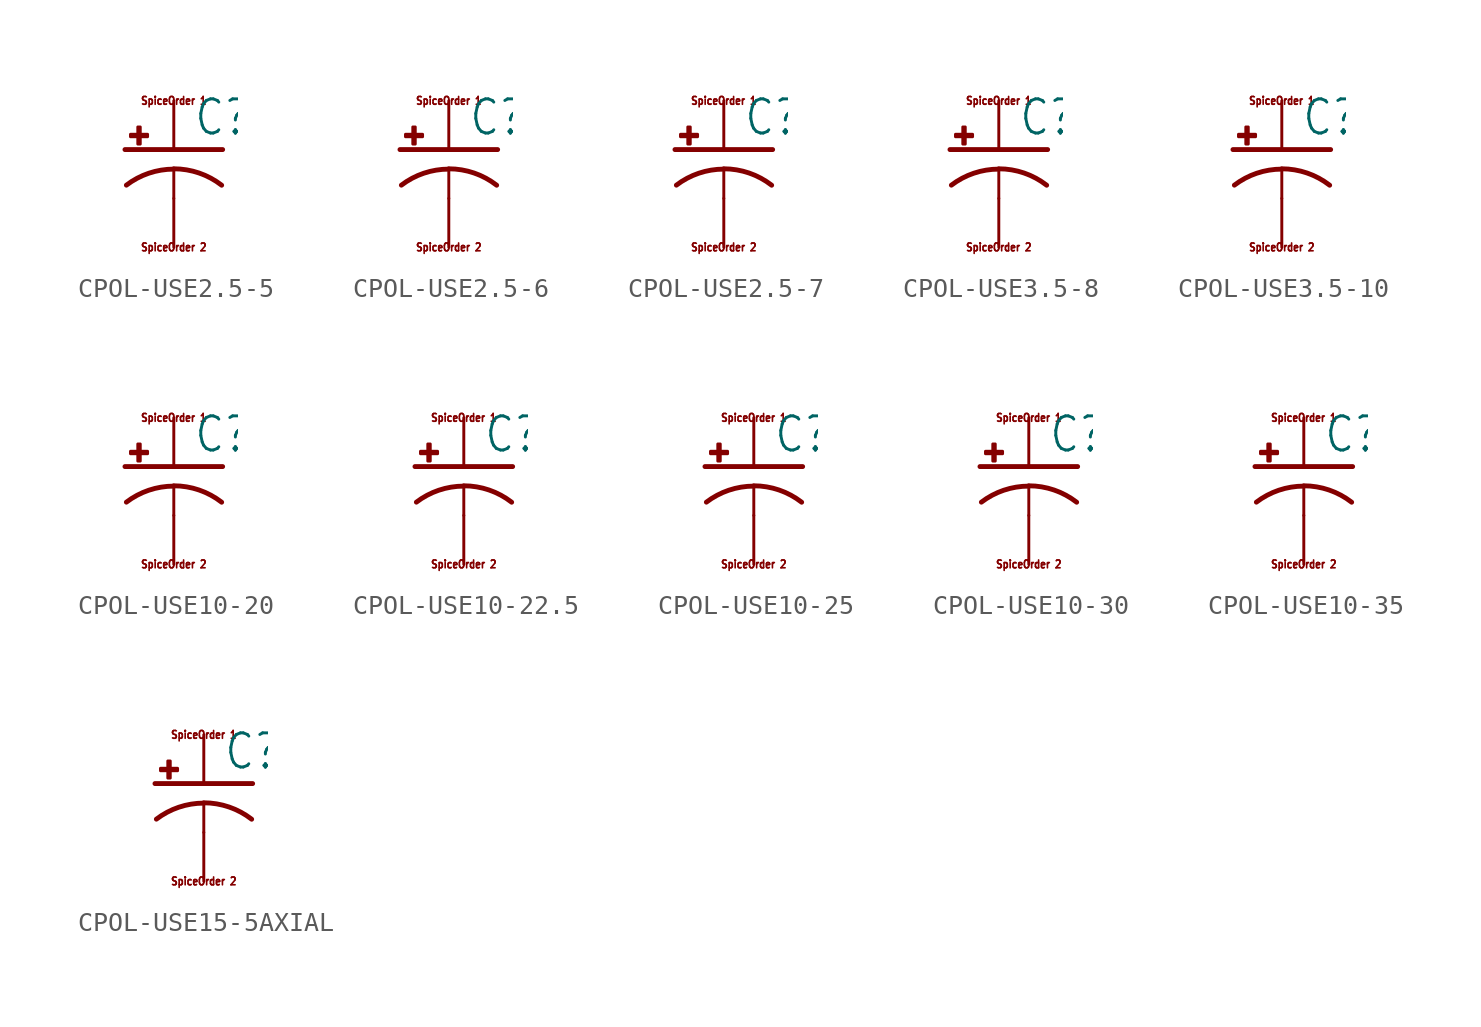
<source format=kicad_sym>
(kicad_symbol_lib
  (version 20231120)
  (generator "kicad_symbol_editor")
  (generator_version "8.0")
  (symbol "CPOL-USE2.5-5"
    (property "Reference" "C"
      (at 1.016 0.635 0)
      (effects (font (size 1.778 1.511)) (justify left bottom)))
    (property "Value" ""
      (at 1.016 -4.191 0)
      (effects (font (size 1.778 1.511)) (justify left bottom)))
    (property "ki_locked" ""
      (at 0 0 0)
      (effects (font (size 1.27 1.27))))
    (symbol "CPOL-USE2.5-5_1_0"
      (rectangle (start -2.253 0.668) (end -1.364 0.795) (stroke (width 0) (type default)) (fill (type outline)))
      (rectangle (start -1.872 0.287) (end -1.745 1.176) (stroke (width 0) (type default)) (fill (type outline)))
      (arc (start 0 -1.0161) (mid -1.3021 -1.2303) (end -2.4669 -1.8504) (stroke (width 0.254) (type solid)) (fill (type none)))
      (polyline (pts (xy -2.54 0) (xy 2.54 0)) (stroke (width 0.254) (type solid)) (fill (type none)))
      (polyline (pts (xy 0 -1.016) (xy 0 -2.54)) (stroke (width 0.152) (type solid)) (fill (type none)))
      (arc (start 2.4892 -1.8541) (mid 1.3158 -1.2194) (end 0 -1) (stroke (width 0.254) (type solid)) (fill (type none)))
      (text "SpiceOrder 1" (at 0 2.54 0) (effects (font (size 0.406 0.345))))
      (text "SpiceOrder 2" (at 0 -5.08 0) (effects (font (size 0.406 0.345))))
      (pin passive line (at 0 2.54 270) (length 2.54) (name "+" (effects (font (size 0 0)))) (number "+" (effects (font (size 0 0)))))
      (pin passive line (at 0 -5.08 90) (length 2.54) (name "-" (effects (font (size 0 0)))) (number "-" (effects (font (size 0 0)))))))
  (symbol "CPOL-USE2.5-6"
    (property "Reference" "C"
      (at 1.016 0.635 0)
      (effects (font (size 1.778 1.511)) (justify left bottom)))
    (property "Value" ""
      (at 1.016 -4.191 0)
      (effects (font (size 1.778 1.511)) (justify left bottom)))
    (property "ki_locked" ""
      (at 0 0 0)
      (effects (font (size 1.27 1.27))))
    (symbol "CPOL-USE2.5-6_1_0"
      (rectangle (start -2.253 0.668) (end -1.364 0.795) (stroke (width 0) (type default)) (fill (type outline)))
      (rectangle (start -1.872 0.287) (end -1.745 1.176) (stroke (width 0) (type default)) (fill (type outline)))
      (arc (start 0 -1.0161) (mid -1.3021 -1.2303) (end -2.4669 -1.8504) (stroke (width 0.254) (type solid)) (fill (type none)))
      (polyline (pts (xy -2.54 0) (xy 2.54 0)) (stroke (width 0.254) (type solid)) (fill (type none)))
      (polyline (pts (xy 0 -1.016) (xy 0 -2.54)) (stroke (width 0.152) (type solid)) (fill (type none)))
      (arc (start 2.4892 -1.8541) (mid 1.3158 -1.2194) (end 0 -1) (stroke (width 0.254) (type solid)) (fill (type none)))
      (text "SpiceOrder 1" (at 0 2.54 0) (effects (font (size 0.406 0.345))))
      (text "SpiceOrder 2" (at 0 -5.08 0) (effects (font (size 0.406 0.345))))
      (pin passive line (at 0 2.54 270) (length 2.54) (name "+" (effects (font (size 0 0)))) (number "+" (effects (font (size 0 0)))))
      (pin passive line (at 0 -5.08 90) (length 2.54) (name "-" (effects (font (size 0 0)))) (number "-" (effects (font (size 0 0)))))))
  (symbol "CPOL-USE2.5-7"
    (property "Reference" "C"
      (at 1.016 0.635 0)
      (effects (font (size 1.778 1.511)) (justify left bottom)))
    (property "Value" ""
      (at 1.016 -4.191 0)
      (effects (font (size 1.778 1.511)) (justify left bottom)))
    (property "ki_locked" ""
      (at 0 0 0)
      (effects (font (size 1.27 1.27))))
    (symbol "CPOL-USE2.5-7_1_0"
      (rectangle (start -2.253 0.668) (end -1.364 0.795) (stroke (width 0) (type default)) (fill (type outline)))
      (rectangle (start -1.872 0.287) (end -1.745 1.176) (stroke (width 0) (type default)) (fill (type outline)))
      (arc (start 0 -1.0161) (mid -1.3021 -1.2303) (end -2.4669 -1.8504) (stroke (width 0.254) (type solid)) (fill (type none)))
      (polyline (pts (xy -2.54 0) (xy 2.54 0)) (stroke (width 0.254) (type solid)) (fill (type none)))
      (polyline (pts (xy 0 -1.016) (xy 0 -2.54)) (stroke (width 0.152) (type solid)) (fill (type none)))
      (arc (start 2.4892 -1.8541) (mid 1.3158 -1.2194) (end 0 -1) (stroke (width 0.254) (type solid)) (fill (type none)))
      (text "SpiceOrder 1" (at 0 2.54 0) (effects (font (size 0.406 0.345))))
      (text "SpiceOrder 2" (at 0 -5.08 0) (effects (font (size 0.406 0.345))))
      (pin passive line (at 0 2.54 270) (length 2.54) (name "+" (effects (font (size 0 0)))) (number "+" (effects (font (size 0 0)))))
      (pin passive line (at 0 -5.08 90) (length 2.54) (name "-" (effects (font (size 0 0)))) (number "-" (effects (font (size 0 0)))))))
  (symbol "CPOL-USE3.5-8"
    (property "Reference" "C"
      (at 1.016 0.635 0)
      (effects (font (size 1.778 1.511)) (justify left bottom)))
    (property "Value" ""
      (at 1.016 -4.191 0)
      (effects (font (size 1.778 1.511)) (justify left bottom)))
    (property "ki_locked" ""
      (at 0 0 0)
      (effects (font (size 1.27 1.27))))
    (symbol "CPOL-USE3.5-8_1_0"
      (rectangle (start -2.253 0.668) (end -1.364 0.795) (stroke (width 0) (type default)) (fill (type outline)))
      (rectangle (start -1.872 0.287) (end -1.745 1.176) (stroke (width 0) (type default)) (fill (type outline)))
      (arc (start 0 -1.0161) (mid -1.3021 -1.2303) (end -2.4669 -1.8504) (stroke (width 0.254) (type solid)) (fill (type none)))
      (polyline (pts (xy -2.54 0) (xy 2.54 0)) (stroke (width 0.254) (type solid)) (fill (type none)))
      (polyline (pts (xy 0 -1.016) (xy 0 -2.54)) (stroke (width 0.152) (type solid)) (fill (type none)))
      (arc (start 2.4892 -1.8541) (mid 1.3158 -1.2194) (end 0 -1) (stroke (width 0.254) (type solid)) (fill (type none)))
      (text "SpiceOrder 1" (at 0 2.54 0) (effects (font (size 0.406 0.345))))
      (text "SpiceOrder 2" (at 0 -5.08 0) (effects (font (size 0.406 0.345))))
      (pin passive line (at 0 2.54 270) (length 2.54) (name "+" (effects (font (size 0 0)))) (number "+" (effects (font (size 0 0)))))
      (pin passive line (at 0 -5.08 90) (length 2.54) (name "-" (effects (font (size 0 0)))) (number "-" (effects (font (size 0 0)))))))
  (symbol "CPOL-USE3.5-10"
    (property "Reference" "C"
      (at 1.016 0.635 0)
      (effects (font (size 1.778 1.511)) (justify left bottom)))
    (property "Value" ""
      (at 1.016 -4.191 0)
      (effects (font (size 1.778 1.511)) (justify left bottom)))
    (property "ki_locked" ""
      (at 0 0 0)
      (effects (font (size 1.27 1.27))))
    (symbol "CPOL-USE3.5-10_1_0"
      (rectangle (start -2.253 0.668) (end -1.364 0.795) (stroke (width 0) (type default)) (fill (type outline)))
      (rectangle (start -1.872 0.287) (end -1.745 1.176) (stroke (width 0) (type default)) (fill (type outline)))
      (arc (start 0 -1.0161) (mid -1.3021 -1.2303) (end -2.4669 -1.8504) (stroke (width 0.254) (type solid)) (fill (type none)))
      (polyline (pts (xy -2.54 0) (xy 2.54 0)) (stroke (width 0.254) (type solid)) (fill (type none)))
      (polyline (pts (xy 0 -1.016) (xy 0 -2.54)) (stroke (width 0.152) (type solid)) (fill (type none)))
      (arc (start 2.4892 -1.8541) (mid 1.3158 -1.2194) (end 0 -1) (stroke (width 0.254) (type solid)) (fill (type none)))
      (text "SpiceOrder 1" (at 0 2.54 0) (effects (font (size 0.406 0.345))))
      (text "SpiceOrder 2" (at 0 -5.08 0) (effects (font (size 0.406 0.345))))
      (pin passive line (at 0 2.54 270) (length 2.54) (name "+" (effects (font (size 0 0)))) (number "+" (effects (font (size 0 0)))))
      (pin passive line (at 0 -5.08 90) (length 2.54) (name "-" (effects (font (size 0 0)))) (number "-" (effects (font (size 0 0)))))))
  (symbol "CPOL-USE10-20"
    (property "Reference" "C"
      (at 1.016 0.635 0)
      (effects (font (size 1.778 1.511)) (justify left bottom)))
    (property "Value" ""
      (at 1.016 -4.191 0)
      (effects (font (size 1.778 1.511)) (justify left bottom)))
    (property "ki_locked" ""
      (at 0 0 0)
      (effects (font (size 1.27 1.27))))
    (symbol "CPOL-USE10-20_1_0"
      (rectangle (start -2.253 0.668) (end -1.364 0.795) (stroke (width 0) (type default)) (fill (type outline)))
      (rectangle (start -1.872 0.287) (end -1.745 1.176) (stroke (width 0) (type default)) (fill (type outline)))
      (arc (start 0 -1.0161) (mid -1.3021 -1.2303) (end -2.4669 -1.8504) (stroke (width 0.254) (type solid)) (fill (type none)))
      (polyline (pts (xy -2.54 0) (xy 2.54 0)) (stroke (width 0.254) (type solid)) (fill (type none)))
      (polyline (pts (xy 0 -1.016) (xy 0 -2.54)) (stroke (width 0.152) (type solid)) (fill (type none)))
      (arc (start 2.4892 -1.8541) (mid 1.3158 -1.2194) (end 0 -1) (stroke (width 0.254) (type solid)) (fill (type none)))
      (text "SpiceOrder 1" (at 0 2.54 0) (effects (font (size 0.406 0.345))))
      (text "SpiceOrder 2" (at 0 -5.08 0) (effects (font (size 0.406 0.345))))
      (pin passive line (at 0 2.54 270) (length 2.54) (name "+" (effects (font (size 0 0)))) (number "+" (effects (font (size 0 0)))))
      (pin passive line (at 0 -5.08 90) (length 2.54) (name "-" (effects (font (size 0 0)))) (number "-" (effects (font (size 0 0)))))))
  (symbol "CPOL-USE10-22.5"
    (property "Reference" "C"
      (at 1.016 0.635 0)
      (effects (font (size 1.778 1.511)) (justify left bottom)))
    (property "Value" ""
      (at 1.016 -4.191 0)
      (effects (font (size 1.778 1.511)) (justify left bottom)))
    (property "ki_locked" ""
      (at 0 0 0)
      (effects (font (size 1.27 1.27))))
    (symbol "CPOL-USE10-22.5_1_0"
      (rectangle (start -2.253 0.668) (end -1.364 0.795) (stroke (width 0) (type default)) (fill (type outline)))
      (rectangle (start -1.872 0.287) (end -1.745 1.176) (stroke (width 0) (type default)) (fill (type outline)))
      (arc (start 0 -1.0161) (mid -1.3021 -1.2303) (end -2.4669 -1.8504) (stroke (width 0.254) (type solid)) (fill (type none)))
      (polyline (pts (xy -2.54 0) (xy 2.54 0)) (stroke (width 0.254) (type solid)) (fill (type none)))
      (polyline (pts (xy 0 -1.016) (xy 0 -2.54)) (stroke (width 0.152) (type solid)) (fill (type none)))
      (arc (start 2.4892 -1.8541) (mid 1.3158 -1.2194) (end 0 -1) (stroke (width 0.254) (type solid)) (fill (type none)))
      (text "SpiceOrder 1" (at 0 2.54 0) (effects (font (size 0.406 0.345))))
      (text "SpiceOrder 2" (at 0 -5.08 0) (effects (font (size 0.406 0.345))))
      (pin passive line (at 0 2.54 270) (length 2.54) (name "+" (effects (font (size 0 0)))) (number "+" (effects (font (size 0 0)))))
      (pin passive line (at 0 -5.08 90) (length 2.54) (name "-" (effects (font (size 0 0)))) (number "-" (effects (font (size 0 0)))))))
  (symbol "CPOL-USE10-25"
    (property "Reference" "C"
      (at 1.016 0.635 0)
      (effects (font (size 1.778 1.511)) (justify left bottom)))
    (property "Value" ""
      (at 1.016 -4.191 0)
      (effects (font (size 1.778 1.511)) (justify left bottom)))
    (property "ki_locked" ""
      (at 0 0 0)
      (effects (font (size 1.27 1.27))))
    (symbol "CPOL-USE10-25_1_0"
      (rectangle (start -2.253 0.668) (end -1.364 0.795) (stroke (width 0) (type default)) (fill (type outline)))
      (rectangle (start -1.872 0.287) (end -1.745 1.176) (stroke (width 0) (type default)) (fill (type outline)))
      (arc (start 0 -1.0161) (mid -1.3021 -1.2303) (end -2.4669 -1.8504) (stroke (width 0.254) (type solid)) (fill (type none)))
      (polyline (pts (xy -2.54 0) (xy 2.54 0)) (stroke (width 0.254) (type solid)) (fill (type none)))
      (polyline (pts (xy 0 -1.016) (xy 0 -2.54)) (stroke (width 0.152) (type solid)) (fill (type none)))
      (arc (start 2.4892 -1.8541) (mid 1.3158 -1.2194) (end 0 -1) (stroke (width 0.254) (type solid)) (fill (type none)))
      (text "SpiceOrder 1" (at 0 2.54 0) (effects (font (size 0.406 0.345))))
      (text "SpiceOrder 2" (at 0 -5.08 0) (effects (font (size 0.406 0.345))))
      (pin passive line (at 0 2.54 270) (length 2.54) (name "+" (effects (font (size 0 0)))) (number "+" (effects (font (size 0 0)))))
      (pin passive line (at 0 -5.08 90) (length 2.54) (name "-" (effects (font (size 0 0)))) (number "-" (effects (font (size 0 0)))))))
  (symbol "CPOL-USE10-30"
    (property "Reference" "C"
      (at 1.016 0.635 0)
      (effects (font (size 1.778 1.511)) (justify left bottom)))
    (property "Value" ""
      (at 1.016 -4.191 0)
      (effects (font (size 1.778 1.511)) (justify left bottom)))
    (property "ki_locked" ""
      (at 0 0 0)
      (effects (font (size 1.27 1.27))))
    (symbol "CPOL-USE10-30_1_0"
      (rectangle (start -2.253 0.668) (end -1.364 0.795) (stroke (width 0) (type default)) (fill (type outline)))
      (rectangle (start -1.872 0.287) (end -1.745 1.176) (stroke (width 0) (type default)) (fill (type outline)))
      (arc (start 0 -1.0161) (mid -1.3021 -1.2303) (end -2.4669 -1.8504) (stroke (width 0.254) (type solid)) (fill (type none)))
      (polyline (pts (xy -2.54 0) (xy 2.54 0)) (stroke (width 0.254) (type solid)) (fill (type none)))
      (polyline (pts (xy 0 -1.016) (xy 0 -2.54)) (stroke (width 0.152) (type solid)) (fill (type none)))
      (arc (start 2.4892 -1.8541) (mid 1.3158 -1.2194) (end 0 -1) (stroke (width 0.254) (type solid)) (fill (type none)))
      (text "SpiceOrder 1" (at 0 2.54 0) (effects (font (size 0.406 0.345))))
      (text "SpiceOrder 2" (at 0 -5.08 0) (effects (font (size 0.406 0.345))))
      (pin passive line (at 0 2.54 270) (length 2.54) (name "+" (effects (font (size 0 0)))) (number "+" (effects (font (size 0 0)))))
      (pin passive line (at 0 -5.08 90) (length 2.54) (name "-" (effects (font (size 0 0)))) (number "-" (effects (font (size 0 0)))))))
  (symbol "CPOL-USE10-35"
    (property "Reference" "C"
      (at 1.016 0.635 0)
      (effects (font (size 1.778 1.511)) (justify left bottom)))
    (property "Value" ""
      (at 1.016 -4.191 0)
      (effects (font (size 1.778 1.511)) (justify left bottom)))
    (property "ki_locked" ""
      (at 0 0 0)
      (effects (font (size 1.27 1.27))))
    (symbol "CPOL-USE10-35_1_0"
      (rectangle (start -2.253 0.668) (end -1.364 0.795) (stroke (width 0) (type default)) (fill (type outline)))
      (rectangle (start -1.872 0.287) (end -1.745 1.176) (stroke (width 0) (type default)) (fill (type outline)))
      (arc (start 0 -1.0161) (mid -1.3021 -1.2303) (end -2.4669 -1.8504) (stroke (width 0.254) (type solid)) (fill (type none)))
      (polyline (pts (xy -2.54 0) (xy 2.54 0)) (stroke (width 0.254) (type solid)) (fill (type none)))
      (polyline (pts (xy 0 -1.016) (xy 0 -2.54)) (stroke (width 0.152) (type solid)) (fill (type none)))
      (arc (start 2.4892 -1.8541) (mid 1.3158 -1.2194) (end 0 -1) (stroke (width 0.254) (type solid)) (fill (type none)))
      (text "SpiceOrder 1" (at 0 2.54 0) (effects (font (size 0.406 0.345))))
      (text "SpiceOrder 2" (at 0 -5.08 0) (effects (font (size 0.406 0.345))))
      (pin passive line (at 0 2.54 270) (length 2.54) (name "+" (effects (font (size 0 0)))) (number "+" (effects (font (size 0 0)))))
      (pin passive line (at 0 -5.08 90) (length 2.54) (name "-" (effects (font (size 0 0)))) (number "-" (effects (font (size 0 0)))))))
  (symbol "CPOL-USE15-5AXIAL"
    (property "Reference" "C"
      (at 1.016 0.635 0)
      (effects (font (size 1.778 1.511)) (justify left bottom)))
    (property "Value" ""
      (at 1.016 -4.191 0)
      (effects (font (size 1.778 1.511)) (justify left bottom)))
    (property "ki_locked" ""
      (at 0 0 0)
      (effects (font (size 1.27 1.27))))
    (symbol "CPOL-USE15-5AXIAL_1_0"
      (rectangle (start -2.253 0.668) (end -1.364 0.795) (stroke (width 0) (type default)) (fill (type outline)))
      (rectangle (start -1.872 0.287) (end -1.745 1.176) (stroke (width 0) (type default)) (fill (type outline)))
      (arc (start 0 -1.0161) (mid -1.3021 -1.2303) (end -2.4669 -1.8504) (stroke (width 0.254) (type solid)) (fill (type none)))
      (polyline (pts (xy -2.54 0) (xy 2.54 0)) (stroke (width 0.254) (type solid)) (fill (type none)))
      (polyline (pts (xy 0 -1.016) (xy 0 -2.54)) (stroke (width 0.152) (type solid)) (fill (type none)))
      (arc (start 2.4892 -1.8541) (mid 1.3158 -1.2194) (end 0 -1) (stroke (width 0.254) (type solid)) (fill (type none)))
      (text "SpiceOrder 1" (at 0 2.54 0) (effects (font (size 0.406 0.345))))
      (text "SpiceOrder 2" (at 0 -5.08 0) (effects (font (size 0.406 0.345))))
      (pin passive line (at 0 2.54 270) (length 2.54) (name "+" (effects (font (size 0 0)))) (number "+" (effects (font (size 0 0)))))
      (pin passive line (at 0 -5.08 90) (length 2.54) (name "-" (effects (font (size 0 0)))) (number "-" (effects (font (size 0 0))))))))
</source>
